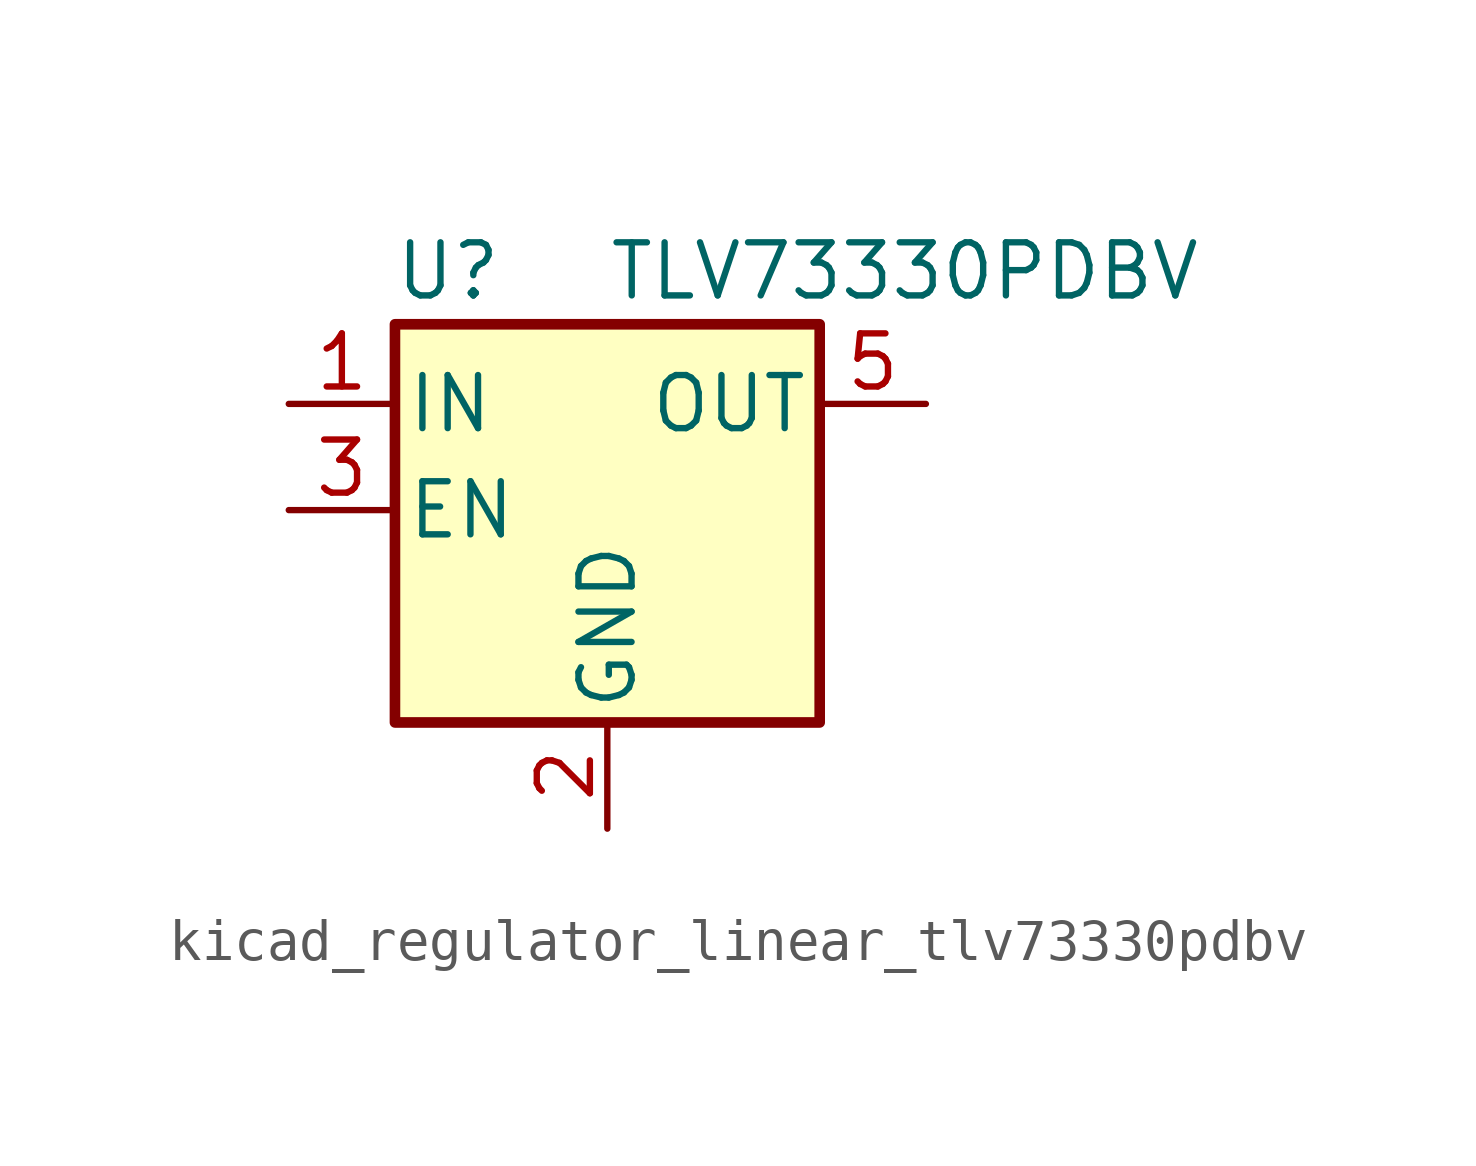
<source format=kicad_sym>
(kicad_symbol_lib
  (version 20220914)
  (generator kicad_symbol_editor)
  (symbol "kicad_regulator_linear_tlv73330pdbv"
    (pin_names
      (offset 0.254))
    (property "Reference" "U"
      (at -3.81 5.715 0)
      (effects (font (size 1.27 1.27))))
    (property "Value" "TLV73330PDBV"
      (at 0 5.715 0)
      (effects (font (size 1.27 1.27)) (justify left)))
    (symbol "kicad_regulator_linear_tlv73330pdbv_0_1"
      (rectangle (start -5.08 4.445) (end 5.08 -5.08) (stroke (width 0.254) (type default)) (fill (type background))))
    (symbol "kicad_regulator_linear_tlv73330pdbv_1_1"
      (pin power_in line (at -7.62 2.54 0) (length 2.54) (name "IN" (effects (font (size 1.27 1.27)))) (number "1" (effects (font (size 1.27 1.27)))))
      (pin power_in line (at 0 -7.62 90) (length 2.54) (name "GND" (effects (font (size 1.27 1.27)))) (number "2" (effects (font (size 1.27 1.27)))))
      (pin input line (at -7.62 0 0) (length 2.54) (name "EN" (effects (font (size 1.27 1.27)))) (number "3" (effects (font (size 1.27 1.27)))))
      (pin no_connect line (at 5.08 0 180) (length 2.54) hide (name "NC" (effects (font (size 1.27 1.27)))) (number "4" (effects (font (size 1.27 1.27)))))
      (pin power_out line (at 7.62 2.54 180) (length 2.54) (name "OUT" (effects (font (size 1.27 1.27)))) (number "5" (effects (font (size 1.27 1.27))))))))
</source>
